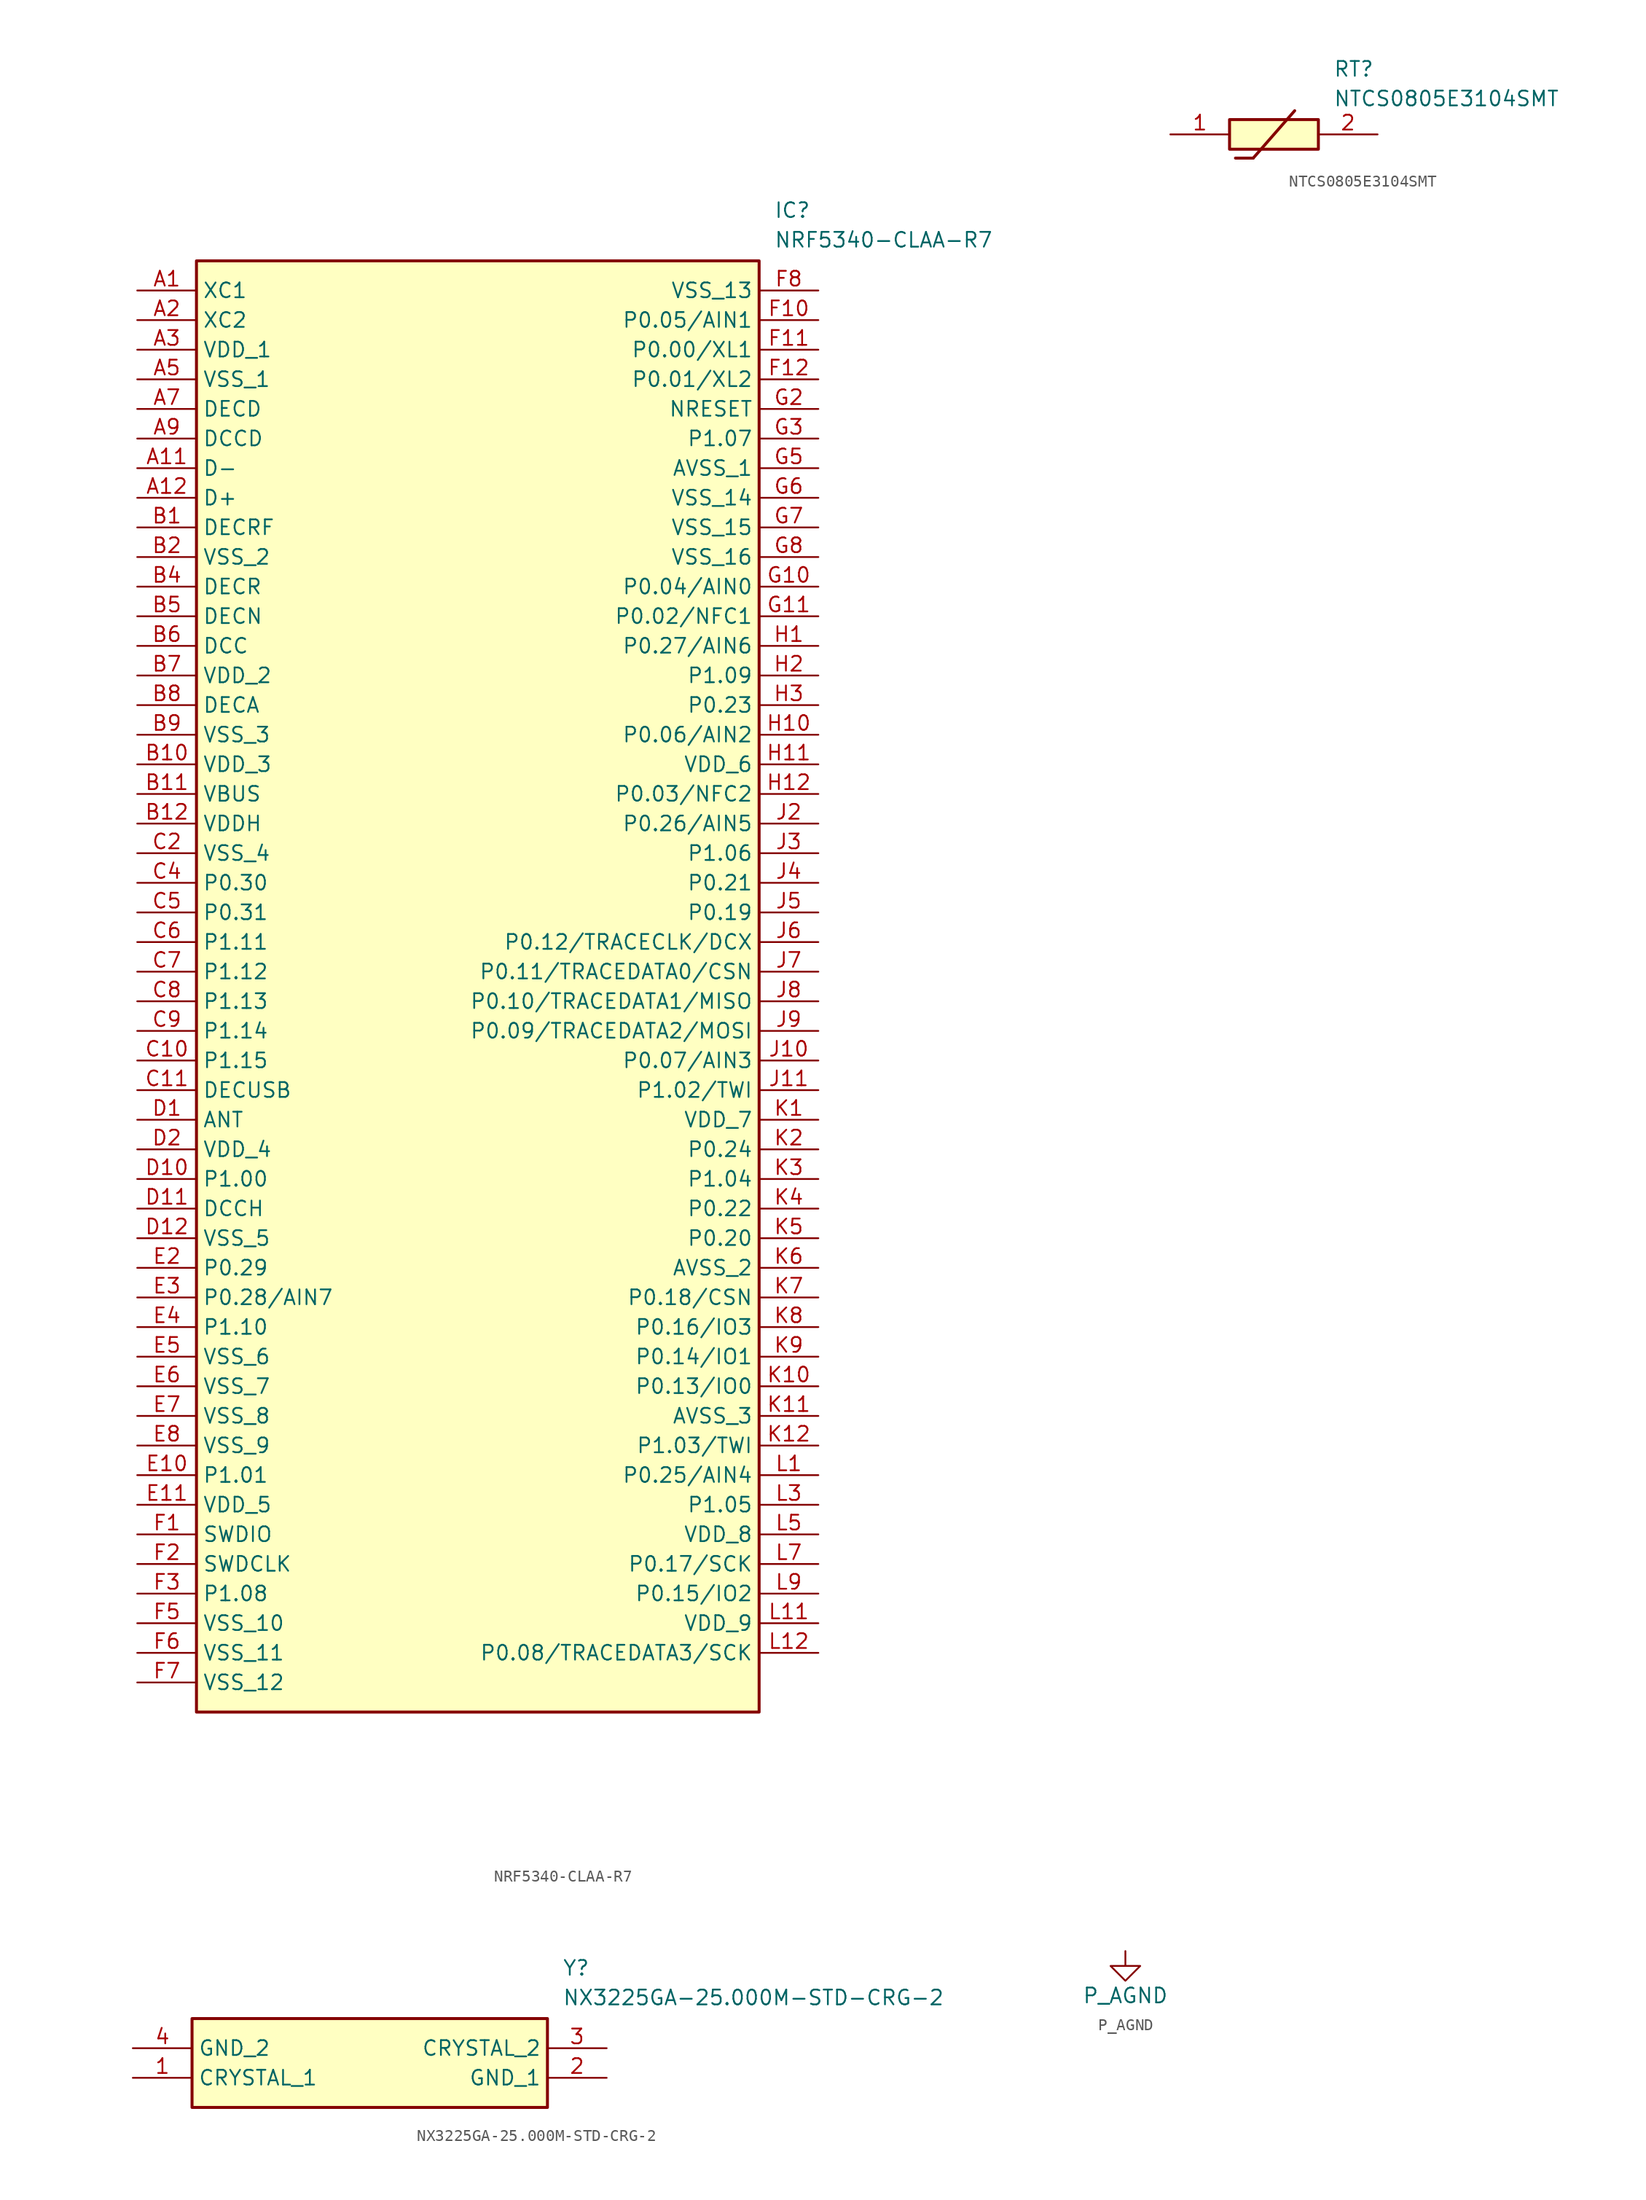
<source format=kicad_sym>
(kicad_symbol_lib
  (version 20220914)
  (generator kicad_symbol_editor)
  (symbol "NRF5340-CLAA-R7"
    (property "Reference" "IC"
      (at 54.61 7.62 0)
      (effects (font (size 1.27 1.27)) (justify left top)))
    (property "Value" "NRF5340-CLAA-R7"
      (at 54.61 5.08 0)
      (effects (font (size 1.27 1.27)) (justify left top)))
    (symbol "NRF5340-CLAA-R7_1_1"
      (rectangle (start 5.08 2.54) (end 53.34 -121.92) (stroke (width 0.254) (type default)) (fill (type background)))
      (pin passive line (at 0 0 0) (length 5.08) (name "XC1" (effects (font (size 1.27 1.27)))) (number "A1" (effects (font (size 1.27 1.27)))))
      (pin passive line (at 0 -15.24 0) (length 5.08) (name "D-" (effects (font (size 1.27 1.27)))) (number "A11" (effects (font (size 1.27 1.27)))))
      (pin passive line (at 0 -17.78 0) (length 5.08) (name "D+" (effects (font (size 1.27 1.27)))) (number "A12" (effects (font (size 1.27 1.27)))))
      (pin passive line (at 0 -2.54 0) (length 5.08) (name "XC2" (effects (font (size 1.27 1.27)))) (number "A2" (effects (font (size 1.27 1.27)))))
      (pin passive line (at 0 -5.08 0) (length 5.08) (name "VDD_1" (effects (font (size 1.27 1.27)))) (number "A3" (effects (font (size 1.27 1.27)))))
      (pin passive line (at 0 -7.62 0) (length 5.08) (name "VSS_1" (effects (font (size 1.27 1.27)))) (number "A5" (effects (font (size 1.27 1.27)))))
      (pin passive line (at 0 -10.16 0) (length 5.08) (name "DECD" (effects (font (size 1.27 1.27)))) (number "A7" (effects (font (size 1.27 1.27)))))
      (pin passive line (at 0 -12.7 0) (length 5.08) (name "DCCD" (effects (font (size 1.27 1.27)))) (number "A9" (effects (font (size 1.27 1.27)))))
      (pin passive line (at 0 -20.32 0) (length 5.08) (name "DECRF" (effects (font (size 1.27 1.27)))) (number "B1" (effects (font (size 1.27 1.27)))))
      (pin passive line (at 0 -40.64 0) (length 5.08) (name "VDD_3" (effects (font (size 1.27 1.27)))) (number "B10" (effects (font (size 1.27 1.27)))))
      (pin passive line (at 0 -43.18 0) (length 5.08) (name "VBUS" (effects (font (size 1.27 1.27)))) (number "B11" (effects (font (size 1.27 1.27)))))
      (pin passive line (at 0 -45.72 0) (length 5.08) (name "VDDH" (effects (font (size 1.27 1.27)))) (number "B12" (effects (font (size 1.27 1.27)))))
      (pin passive line (at 0 -22.86 0) (length 5.08) (name "VSS_2" (effects (font (size 1.27 1.27)))) (number "B2" (effects (font (size 1.27 1.27)))))
      (pin passive line (at 0 -25.4 0) (length 5.08) (name "DECR" (effects (font (size 1.27 1.27)))) (number "B4" (effects (font (size 1.27 1.27)))))
      (pin passive line (at 0 -27.94 0) (length 5.08) (name "DECN" (effects (font (size 1.27 1.27)))) (number "B5" (effects (font (size 1.27 1.27)))))
      (pin passive line (at 0 -30.48 0) (length 5.08) (name "DCC" (effects (font (size 1.27 1.27)))) (number "B6" (effects (font (size 1.27 1.27)))))
      (pin passive line (at 0 -33.02 0) (length 5.08) (name "VDD_2" (effects (font (size 1.27 1.27)))) (number "B7" (effects (font (size 1.27 1.27)))))
      (pin passive line (at 0 -35.56 0) (length 5.08) (name "DECA" (effects (font (size 1.27 1.27)))) (number "B8" (effects (font (size 1.27 1.27)))))
      (pin passive line (at 0 -38.1 0) (length 5.08) (name "VSS_3" (effects (font (size 1.27 1.27)))) (number "B9" (effects (font (size 1.27 1.27)))))
      (pin passive line (at 0 -66.04 0) (length 5.08) (name "P1.15" (effects (font (size 1.27 1.27)))) (number "C10" (effects (font (size 1.27 1.27)))))
      (pin passive line (at 0 -68.58 0) (length 5.08) (name "DECUSB" (effects (font (size 1.27 1.27)))) (number "C11" (effects (font (size 1.27 1.27)))))
      (pin passive line (at 0 -48.26 0) (length 5.08) (name "VSS_4" (effects (font (size 1.27 1.27)))) (number "C2" (effects (font (size 1.27 1.27)))))
      (pin passive line (at 0 -50.8 0) (length 5.08) (name "P0.30" (effects (font (size 1.27 1.27)))) (number "C4" (effects (font (size 1.27 1.27)))))
      (pin passive line (at 0 -53.34 0) (length 5.08) (name "P0.31" (effects (font (size 1.27 1.27)))) (number "C5" (effects (font (size 1.27 1.27)))))
      (pin passive line (at 0 -55.88 0) (length 5.08) (name "P1.11" (effects (font (size 1.27 1.27)))) (number "C6" (effects (font (size 1.27 1.27)))))
      (pin passive line (at 0 -58.42 0) (length 5.08) (name "P1.12" (effects (font (size 1.27 1.27)))) (number "C7" (effects (font (size 1.27 1.27)))))
      (pin passive line (at 0 -60.96 0) (length 5.08) (name "P1.13" (effects (font (size 1.27 1.27)))) (number "C8" (effects (font (size 1.27 1.27)))))
      (pin passive line (at 0 -63.5 0) (length 5.08) (name "P1.14" (effects (font (size 1.27 1.27)))) (number "C9" (effects (font (size 1.27 1.27)))))
      (pin passive line (at 0 -71.12 0) (length 5.08) (name "ANT" (effects (font (size 1.27 1.27)))) (number "D1" (effects (font (size 1.27 1.27)))))
      (pin passive line (at 0 -76.2 0) (length 5.08) (name "P1.00" (effects (font (size 1.27 1.27)))) (number "D10" (effects (font (size 1.27 1.27)))))
      (pin passive line (at 0 -78.74 0) (length 5.08) (name "DCCH" (effects (font (size 1.27 1.27)))) (number "D11" (effects (font (size 1.27 1.27)))))
      (pin passive line (at 0 -81.28 0) (length 5.08) (name "VSS_5" (effects (font (size 1.27 1.27)))) (number "D12" (effects (font (size 1.27 1.27)))))
      (pin passive line (at 0 -73.66 0) (length 5.08) (name "VDD_4" (effects (font (size 1.27 1.27)))) (number "D2" (effects (font (size 1.27 1.27)))))
      (pin passive line (at 0 -101.6 0) (length 5.08) (name "P1.01" (effects (font (size 1.27 1.27)))) (number "E10" (effects (font (size 1.27 1.27)))))
      (pin passive line (at 0 -104.14 0) (length 5.08) (name "VDD_5" (effects (font (size 1.27 1.27)))) (number "E11" (effects (font (size 1.27 1.27)))))
      (pin passive line (at 0 -83.82 0) (length 5.08) (name "P0.29" (effects (font (size 1.27 1.27)))) (number "E2" (effects (font (size 1.27 1.27)))))
      (pin passive line (at 0 -86.36 0) (length 5.08) (name "P0.28/AIN7" (effects (font (size 1.27 1.27)))) (number "E3" (effects (font (size 1.27 1.27)))))
      (pin passive line (at 0 -88.9 0) (length 5.08) (name "P1.10" (effects (font (size 1.27 1.27)))) (number "E4" (effects (font (size 1.27 1.27)))))
      (pin passive line (at 0 -91.44 0) (length 5.08) (name "VSS_6" (effects (font (size 1.27 1.27)))) (number "E5" (effects (font (size 1.27 1.27)))))
      (pin passive line (at 0 -93.98 0) (length 5.08) (name "VSS_7" (effects (font (size 1.27 1.27)))) (number "E6" (effects (font (size 1.27 1.27)))))
      (pin passive line (at 0 -96.52 0) (length 5.08) (name "VSS_8" (effects (font (size 1.27 1.27)))) (number "E7" (effects (font (size 1.27 1.27)))))
      (pin passive line (at 0 -99.06 0) (length 5.08) (name "VSS_9" (effects (font (size 1.27 1.27)))) (number "E8" (effects (font (size 1.27 1.27)))))
      (pin passive line (at 0 -106.68 0) (length 5.08) (name "SWDIO" (effects (font (size 1.27 1.27)))) (number "F1" (effects (font (size 1.27 1.27)))))
      (pin passive line (at 58.42 -2.54 180) (length 5.08) (name "P0.05/AIN1" (effects (font (size 1.27 1.27)))) (number "F10" (effects (font (size 1.27 1.27)))))
      (pin passive line (at 58.42 -5.08 180) (length 5.08) (name "P0.00/XL1" (effects (font (size 1.27 1.27)))) (number "F11" (effects (font (size 1.27 1.27)))))
      (pin passive line (at 58.42 -7.62 180) (length 5.08) (name "P0.01/XL2" (effects (font (size 1.27 1.27)))) (number "F12" (effects (font (size 1.27 1.27)))))
      (pin passive line (at 0 -109.22 0) (length 5.08) (name "SWDCLK" (effects (font (size 1.27 1.27)))) (number "F2" (effects (font (size 1.27 1.27)))))
      (pin passive line (at 0 -111.76 0) (length 5.08) (name "P1.08" (effects (font (size 1.27 1.27)))) (number "F3" (effects (font (size 1.27 1.27)))))
      (pin passive line (at 0 -114.3 0) (length 5.08) (name "VSS_10" (effects (font (size 1.27 1.27)))) (number "F5" (effects (font (size 1.27 1.27)))))
      (pin passive line (at 0 -116.84 0) (length 5.08) (name "VSS_11" (effects (font (size 1.27 1.27)))) (number "F6" (effects (font (size 1.27 1.27)))))
      (pin passive line (at 0 -119.38 0) (length 5.08) (name "VSS_12" (effects (font (size 1.27 1.27)))) (number "F7" (effects (font (size 1.27 1.27)))))
      (pin passive line (at 58.42 0 180) (length 5.08) (name "VSS_13" (effects (font (size 1.27 1.27)))) (number "F8" (effects (font (size 1.27 1.27)))))
      (pin passive line (at 58.42 -25.4 180) (length 5.08) (name "P0.04/AIN0" (effects (font (size 1.27 1.27)))) (number "G10" (effects (font (size 1.27 1.27)))))
      (pin passive line (at 58.42 -27.94 180) (length 5.08) (name "P0.02/NFC1" (effects (font (size 1.27 1.27)))) (number "G11" (effects (font (size 1.27 1.27)))))
      (pin passive line (at 58.42 -10.16 180) (length 5.08) (name "NRESET" (effects (font (size 1.27 1.27)))) (number "G2" (effects (font (size 1.27 1.27)))))
      (pin passive line (at 58.42 -12.7 180) (length 5.08) (name "P1.07" (effects (font (size 1.27 1.27)))) (number "G3" (effects (font (size 1.27 1.27)))))
      (pin passive line (at 58.42 -15.24 180) (length 5.08) (name "AVSS_1" (effects (font (size 1.27 1.27)))) (number "G5" (effects (font (size 1.27 1.27)))))
      (pin passive line (at 58.42 -17.78 180) (length 5.08) (name "VSS_14" (effects (font (size 1.27 1.27)))) (number "G6" (effects (font (size 1.27 1.27)))))
      (pin passive line (at 58.42 -20.32 180) (length 5.08) (name "VSS_15" (effects (font (size 1.27 1.27)))) (number "G7" (effects (font (size 1.27 1.27)))))
      (pin passive line (at 58.42 -22.86 180) (length 5.08) (name "VSS_16" (effects (font (size 1.27 1.27)))) (number "G8" (effects (font (size 1.27 1.27)))))
      (pin passive line (at 58.42 -30.48 180) (length 5.08) (name "P0.27/AIN6" (effects (font (size 1.27 1.27)))) (number "H1" (effects (font (size 1.27 1.27)))))
      (pin passive line (at 58.42 -38.1 180) (length 5.08) (name "P0.06/AIN2" (effects (font (size 1.27 1.27)))) (number "H10" (effects (font (size 1.27 1.27)))))
      (pin passive line (at 58.42 -40.64 180) (length 5.08) (name "VDD_6" (effects (font (size 1.27 1.27)))) (number "H11" (effects (font (size 1.27 1.27)))))
      (pin passive line (at 58.42 -43.18 180) (length 5.08) (name "P0.03/NFC2" (effects (font (size 1.27 1.27)))) (number "H12" (effects (font (size 1.27 1.27)))))
      (pin passive line (at 58.42 -33.02 180) (length 5.08) (name "P1.09" (effects (font (size 1.27 1.27)))) (number "H2" (effects (font (size 1.27 1.27)))))
      (pin passive line (at 58.42 -35.56 180) (length 5.08) (name "P0.23" (effects (font (size 1.27 1.27)))) (number "H3" (effects (font (size 1.27 1.27)))))
      (pin passive line (at 58.42 -66.04 180) (length 5.08) (name "P0.07/AIN3" (effects (font (size 1.27 1.27)))) (number "J10" (effects (font (size 1.27 1.27)))))
      (pin passive line (at 58.42 -68.58 180) (length 5.08) (name "P1.02/TWI" (effects (font (size 1.27 1.27)))) (number "J11" (effects (font (size 1.27 1.27)))))
      (pin passive line (at 58.42 -45.72 180) (length 5.08) (name "P0.26/AIN5" (effects (font (size 1.27 1.27)))) (number "J2" (effects (font (size 1.27 1.27)))))
      (pin passive line (at 58.42 -48.26 180) (length 5.08) (name "P1.06" (effects (font (size 1.27 1.27)))) (number "J3" (effects (font (size 1.27 1.27)))))
      (pin passive line (at 58.42 -50.8 180) (length 5.08) (name "P0.21" (effects (font (size 1.27 1.27)))) (number "J4" (effects (font (size 1.27 1.27)))))
      (pin passive line (at 58.42 -53.34 180) (length 5.08) (name "P0.19" (effects (font (size 1.27 1.27)))) (number "J5" (effects (font (size 1.27 1.27)))))
      (pin passive line (at 58.42 -55.88 180) (length 5.08) (name "P0.12/TRACECLK/DCX" (effects (font (size 1.27 1.27)))) (number "J6" (effects (font (size 1.27 1.27)))))
      (pin passive line (at 58.42 -58.42 180) (length 5.08) (name "P0.11/TRACEDATA0/CSN" (effects (font (size 1.27 1.27)))) (number "J7" (effects (font (size 1.27 1.27)))))
      (pin passive line (at 58.42 -60.96 180) (length 5.08) (name "P0.10/TRACEDATA1/MISO" (effects (font (size 1.27 1.27)))) (number "J8" (effects (font (size 1.27 1.27)))))
      (pin passive line (at 58.42 -63.5 180) (length 5.08) (name "P0.09/TRACEDATA2/MOSI" (effects (font (size 1.27 1.27)))) (number "J9" (effects (font (size 1.27 1.27)))))
      (pin passive line (at 58.42 -71.12 180) (length 5.08) (name "VDD_7" (effects (font (size 1.27 1.27)))) (number "K1" (effects (font (size 1.27 1.27)))))
      (pin passive line (at 58.42 -93.98 180) (length 5.08) (name "P0.13/IO0" (effects (font (size 1.27 1.27)))) (number "K10" (effects (font (size 1.27 1.27)))))
      (pin passive line (at 58.42 -96.52 180) (length 5.08) (name "AVSS_3" (effects (font (size 1.27 1.27)))) (number "K11" (effects (font (size 1.27 1.27)))))
      (pin passive line (at 58.42 -99.06 180) (length 5.08) (name "P1.03/TWI" (effects (font (size 1.27 1.27)))) (number "K12" (effects (font (size 1.27 1.27)))))
      (pin passive line (at 58.42 -73.66 180) (length 5.08) (name "P0.24" (effects (font (size 1.27 1.27)))) (number "K2" (effects (font (size 1.27 1.27)))))
      (pin passive line (at 58.42 -76.2 180) (length 5.08) (name "P1.04" (effects (font (size 1.27 1.27)))) (number "K3" (effects (font (size 1.27 1.27)))))
      (pin passive line (at 58.42 -78.74 180) (length 5.08) (name "P0.22" (effects (font (size 1.27 1.27)))) (number "K4" (effects (font (size 1.27 1.27)))))
      (pin passive line (at 58.42 -81.28 180) (length 5.08) (name "P0.20" (effects (font (size 1.27 1.27)))) (number "K5" (effects (font (size 1.27 1.27)))))
      (pin passive line (at 58.42 -83.82 180) (length 5.08) (name "AVSS_2" (effects (font (size 1.27 1.27)))) (number "K6" (effects (font (size 1.27 1.27)))))
      (pin passive line (at 58.42 -86.36 180) (length 5.08) (name "P0.18/CSN" (effects (font (size 1.27 1.27)))) (number "K7" (effects (font (size 1.27 1.27)))))
      (pin passive line (at 58.42 -88.9 180) (length 5.08) (name "P0.16/IO3" (effects (font (size 1.27 1.27)))) (number "K8" (effects (font (size 1.27 1.27)))))
      (pin passive line (at 58.42 -91.44 180) (length 5.08) (name "P0.14/IO1" (effects (font (size 1.27 1.27)))) (number "K9" (effects (font (size 1.27 1.27)))))
      (pin passive line (at 58.42 -101.6 180) (length 5.08) (name "P0.25/AIN4" (effects (font (size 1.27 1.27)))) (number "L1" (effects (font (size 1.27 1.27)))))
      (pin passive line (at 58.42 -114.3 180) (length 5.08) (name "VDD_9" (effects (font (size 1.27 1.27)))) (number "L11" (effects (font (size 1.27 1.27)))))
      (pin passive line (at 58.42 -116.84 180) (length 5.08) (name "P0.08/TRACEDATA3/SCK" (effects (font (size 1.27 1.27)))) (number "L12" (effects (font (size 1.27 1.27)))))
      (pin passive line (at 58.42 -104.14 180) (length 5.08) (name "P1.05" (effects (font (size 1.27 1.27)))) (number "L3" (effects (font (size 1.27 1.27)))))
      (pin passive line (at 58.42 -106.68 180) (length 5.08) (name "VDD_8" (effects (font (size 1.27 1.27)))) (number "L5" (effects (font (size 1.27 1.27)))))
      (pin passive line (at 58.42 -109.22 180) (length 5.08) (name "P0.17/SCK" (effects (font (size 1.27 1.27)))) (number "L7" (effects (font (size 1.27 1.27)))))
      (pin passive line (at 58.42 -111.76 180) (length 5.08) (name "P0.15/IO2" (effects (font (size 1.27 1.27)))) (number "L9" (effects (font (size 1.27 1.27)))))))
  (symbol "NTCS0805E3104SMT"
    (pin_names hide)
    (property "Reference" "RT"
      (at 13.97 6.35 0)
      (effects (font (size 1.27 1.27)) (justify left top)))
    (property "Value" "NTCS0805E3104SMT"
      (at 13.97 3.81 0)
      (effects (font (size 1.27 1.27)) (justify left top)))
    (symbol "NTCS0805E3104SMT_1_1"
      (polyline (pts (xy 5.588 -2.032) (xy 7.112 -2.032)) (stroke (width 0.254) (type default)) (fill (type none)))
      (polyline (pts (xy 10.668 2.032) (xy 7.112 -2.032)) (stroke (width 0.254) (type default)) (fill (type none)))
      (rectangle (start 5.08 1.27) (end 12.7 -1.27) (stroke (width 0.254) (type default)) (fill (type background)))
      (pin passive line (at 0 0 0) (length 5.08) (name "1" (effects (font (size 1.27 1.27)))) (number "1" (effects (font (size 1.27 1.27)))))
      (pin passive line (at 17.78 0 180) (length 5.08) (name "2" (effects (font (size 1.27 1.27)))) (number "2" (effects (font (size 1.27 1.27)))))))
  (symbol "NX3225GA-25.000M-STD-CRG-2"
    (property "Reference" "Y"
      (at 36.83 7.62 0)
      (effects (font (size 1.27 1.27)) (justify left top)))
    (property "Value" "NX3225GA-25.000M-STD-CRG-2"
      (at 36.83 5.08 0)
      (effects (font (size 1.27 1.27)) (justify left top)))
    (rectangle
      (start 5.08 2.54)
      (end 35.56 -5.08)
      (stroke (width 0.254) (type default))
      (fill (type background)))
    (pin passive line
      (at 0 -2.54 0)
      (length 5.08)
      (name "CRYSTAL_1" (effects (font (size 1.27 1.27))))
      (number "1" (effects (font (size 1.27 1.27)))))
    (pin passive line
      (at 40.64 -2.54 180)
      (length 5.08)
      (name "GND_1" (effects (font (size 1.27 1.27))))
      (number "2" (effects (font (size 1.27 1.27)))))
    (pin passive line
      (at 40.64 0 180)
      (length 5.08)
      (name "CRYSTAL_2" (effects (font (size 1.27 1.27))))
      (number "3" (effects (font (size 1.27 1.27)))))
    (pin passive line
      (at 0 0 0)
      (length 5.08)
      (name "GND_2" (effects (font (size 1.27 1.27))))
      (number "4" (effects (font (size 1.27 1.27))))))
  (symbol "P_AGND"
    (power)
    (pin_names
      (offset 0))
    (property "Reference" "#PWR"
      (at 0 -6.35 0)
      (effects (font (size 1.27 1.27)) hide))
    (property "Value" "P_AGND"
      (at 0 -3.81 0)
      (effects (font (size 1.27 1.27))))
    (symbol "P_AGND_0_1"
      (polyline (pts (xy 0 0) (xy 0 -1.27) (xy 1.27 -1.27) (xy 0 -2.54) (xy -1.27 -1.27) (xy 0 -1.27)) (stroke (width 0) (type default)) (fill (type none))))
    (symbol "P_AGND_1_1"
      (pin power_in line (at 0 0 270) (length 0) hide (name "AGND" (effects (font (size 1.27 1.27)))) (number "1" (effects (font (size 1.27 1.27))))))))
</source>
